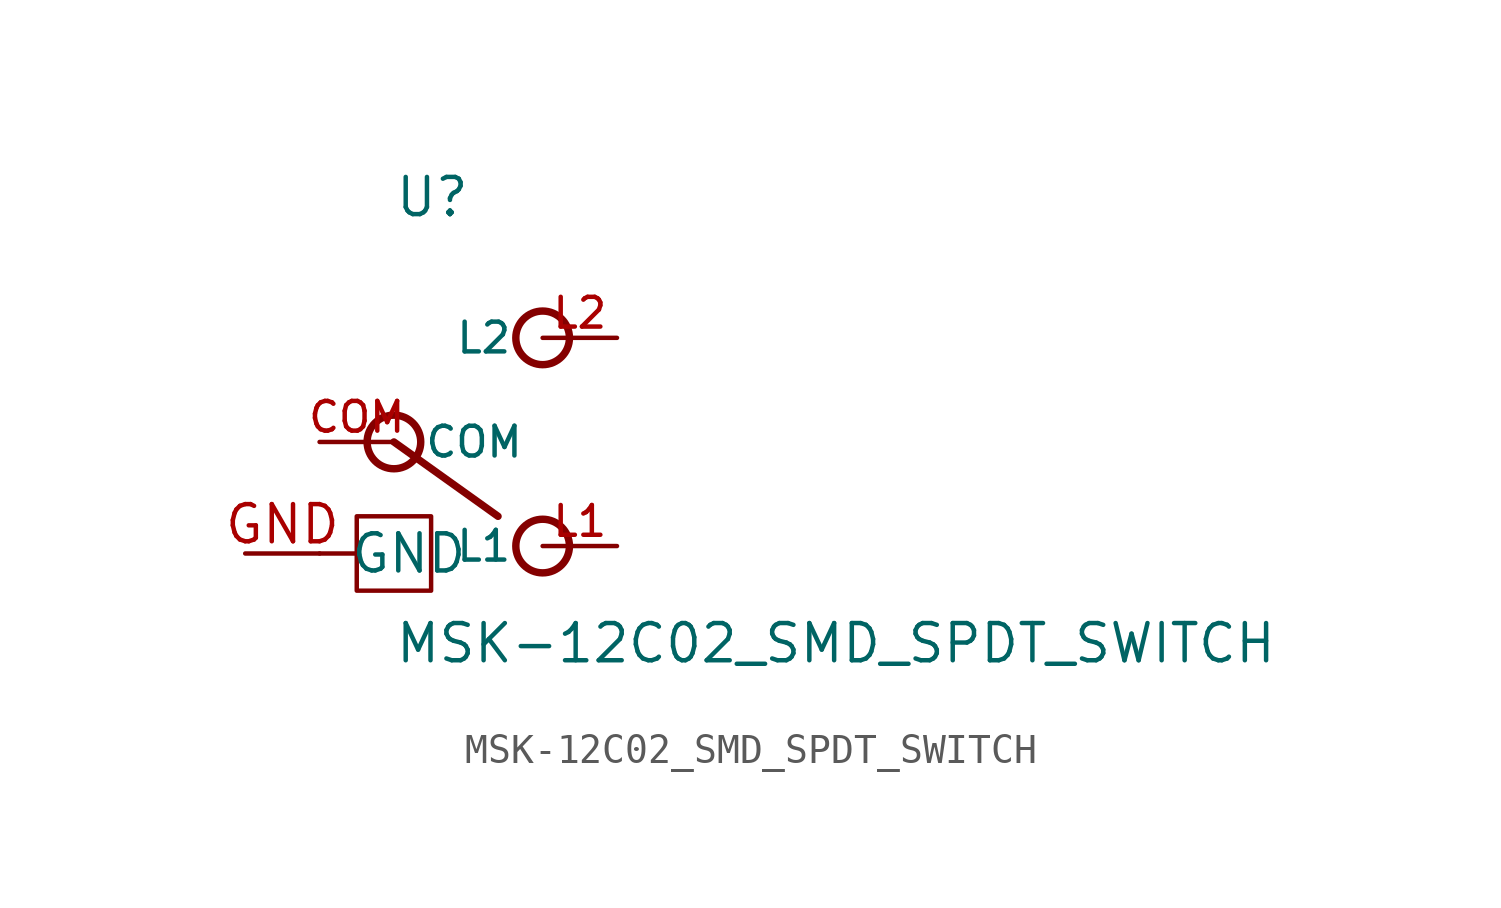
<source format=kicad_sym>
(kicad_symbol_lib
  (version 20231120)
  (generator "kicad_symbol_editor")
  (generator_version "8.0")
  (symbol "MSK-12C02_SMD_SPDT_SWITCH"
    (pin_names
      (offset 1.016))
    (property "Reference" "U"
      (at -5.08 7.62 0)
      (effects (font (size 1.27 1.27)) (justify left bottom)))
    (property "Value" "MSK-12C02_SMD_SPDT_SWITCH"
      (at -5.08 -7.62 0)
      (effects (font (size 1.27 1.27)) (justify left bottom)))
    (symbol "MSK-12C02_SMD_SPDT_SWITCH_0_0"
      (circle (center -5.08 0) (radius 0.916) (stroke (width 0.254) (type default)) (fill (type none)))
      (circle (center 0 -3.556) (radius 0.916) (stroke (width 0.254) (type default)) (fill (type none)))
      (polyline (pts (xy -5.08 0) (xy -1.524 -2.54)) (stroke (width 0.254) (type default)) (fill (type none)))
      (circle (center 0 3.556) (radius 0.916) (stroke (width 0.254) (type default)) (fill (type none)))
      (pin bidirectional line (at -7.62 0 0) (length 2.54) (name "COM" (effects (font (size 1.016 1.016)))) (number "COM" (effects (font (size 1.016 1.016)))))
      (pin bidirectional line (at 2.54 -3.556 180) (length 2.54) (name "L1" (effects (font (size 1.016 1.016)))) (number "L1" (effects (font (size 1.016 1.016)))))
      (pin bidirectional line (at 2.54 3.556 180) (length 2.54) (name "L2" (effects (font (size 1.016 1.016)))) (number "L2" (effects (font (size 1.016 1.016))))))
    (symbol "MSK-12C02_SMD_SPDT_SWITCH_0_1"
      (rectangle (start -6.35 -2.54) (end -3.81 -5.08) (stroke (width 0) (type default)) (fill (type none)))
      (polyline (pts (xy -7.62 -3.81) (xy -6.35 -3.81)) (stroke (width 0) (type default)) (fill (type none))))
    (symbol "MSK-12C02_SMD_SPDT_SWITCH_1_1"
      (pin bidirectional line (at -10.16 -3.81 0) (length 2.54) (name "GND" (effects (font (size 1.27 1.27)))) (number "GND" (effects (font (size 1.27 1.27))))))))
</source>
